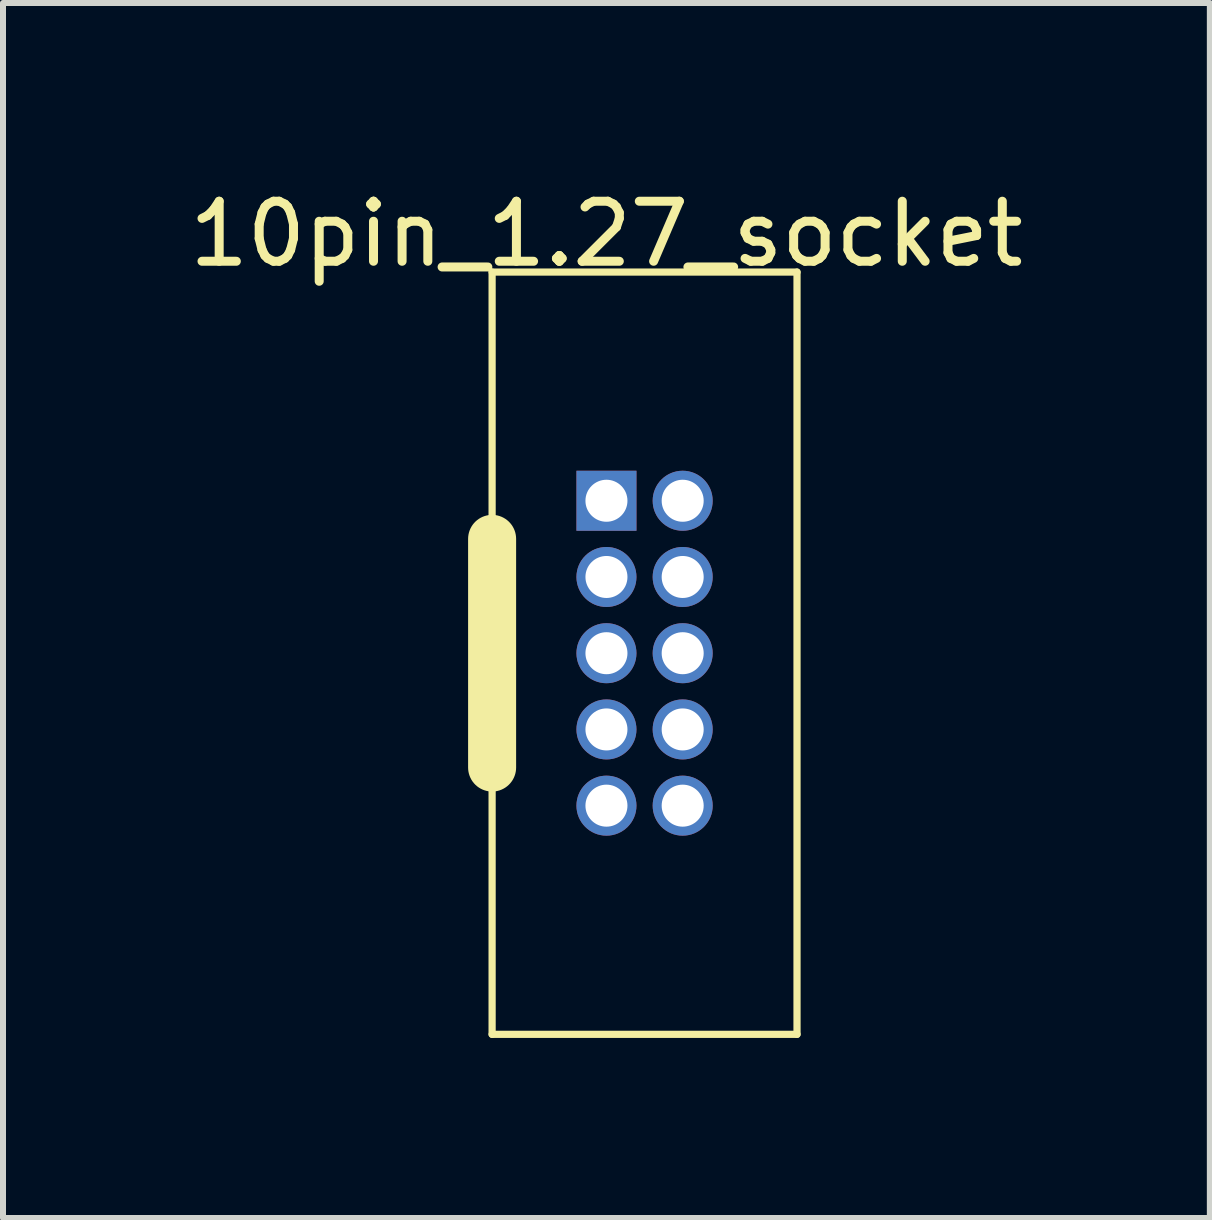
<source format=kicad_pcb>
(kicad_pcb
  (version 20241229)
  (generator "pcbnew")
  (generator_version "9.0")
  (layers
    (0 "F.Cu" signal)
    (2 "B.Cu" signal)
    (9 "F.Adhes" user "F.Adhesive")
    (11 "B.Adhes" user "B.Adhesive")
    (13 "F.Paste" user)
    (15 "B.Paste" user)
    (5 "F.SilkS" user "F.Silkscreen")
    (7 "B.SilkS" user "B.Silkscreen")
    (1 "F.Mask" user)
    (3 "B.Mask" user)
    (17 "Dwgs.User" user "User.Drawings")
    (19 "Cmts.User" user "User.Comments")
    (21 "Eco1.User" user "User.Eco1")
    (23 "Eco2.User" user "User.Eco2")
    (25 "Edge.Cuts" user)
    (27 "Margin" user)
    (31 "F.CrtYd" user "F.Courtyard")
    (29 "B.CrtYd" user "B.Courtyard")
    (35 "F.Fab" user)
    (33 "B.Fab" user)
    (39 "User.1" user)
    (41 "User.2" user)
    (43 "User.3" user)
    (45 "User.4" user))
  (footprint "10pin_1.27_socket"
    (layer "F.Cu")
    (at 7.054 5.293)
    (property "Reference" "10pin_1.27_socket" (at 0 -4.445 0) (layer "F.SilkS") (effects (font (size 1 1) (thickness 0.15))))
    (attr through_hole)
    (fp_line (start -1.905 -3.81) (end -1.905 1.905) (stroke (width 0.12) (type solid)) (layer "F.SilkS"))
    (fp_line (start -1.905 -3.81) (end 3.175 -3.81) (stroke (width 0.12) (type solid)) (layer "F.SilkS"))
    (fp_line (start -1.905 0.635) (end -1.905 4.445) (stroke (width 0.8) (type solid)) (layer "F.SilkS"))
    (fp_line (start -1.905 3.175) (end -1.905 8.89) (stroke (width 0.12) (type solid)) (layer "F.SilkS"))
    (fp_line (start 3.175 -3.81) (end 3.175 8.89) (stroke (width 0.12) (type solid)) (layer "F.SilkS"))
    (fp_line (start 3.175 8.89) (end -1.905 8.89) (stroke (width 0.12) (type solid)) (layer "F.SilkS"))
    (pad "1" thru_hole rect (at 0 0) (size 1 1) (drill 0.7) (layers "*.Cu" "*.Mask"))
    (pad "2" thru_hole oval (at 1.27 0) (size 1 1) (drill 0.7) (layers "*.Cu" "*.Mask"))
    (pad "3" thru_hole oval (at 0 1.27) (size 1 1) (drill 0.7) (layers "*.Cu" "*.Mask"))
    (pad "4" thru_hole oval (at 1.27 1.27) (size 1 1) (drill 0.7) (layers "*.Cu" "*.Mask"))
    (pad "5" thru_hole oval (at 0 2.54) (size 1 1) (drill 0.7) (layers "*.Cu" "*.Mask"))
    (pad "6" thru_hole oval (at 1.27 2.54) (size 1 1) (drill 0.7) (layers "*.Cu" "*.Mask"))
    (pad "7" thru_hole oval (at 0 3.81) (size 1 1) (drill 0.7) (layers "*.Cu" "*.Mask"))
    (pad "8" thru_hole oval (at 1.27 3.81) (size 1 1) (drill 0.7) (layers "*.Cu" "*.Mask"))
    (pad "9" thru_hole oval (at 0 5.08) (size 1 1) (drill 0.7) (layers "*.Cu" "*.Mask"))
    (pad "10" thru_hole oval (at 1.27 5.08) (size 1 1) (drill 0.7) (layers "*.Cu" "*.Mask")))
  (gr_rect
    (start -3 -3)
    (end 17.107 17.243)
    (stroke (width 0.1) (type default))
    (fill no)
    (layer "Edge.Cuts")))
</source>
